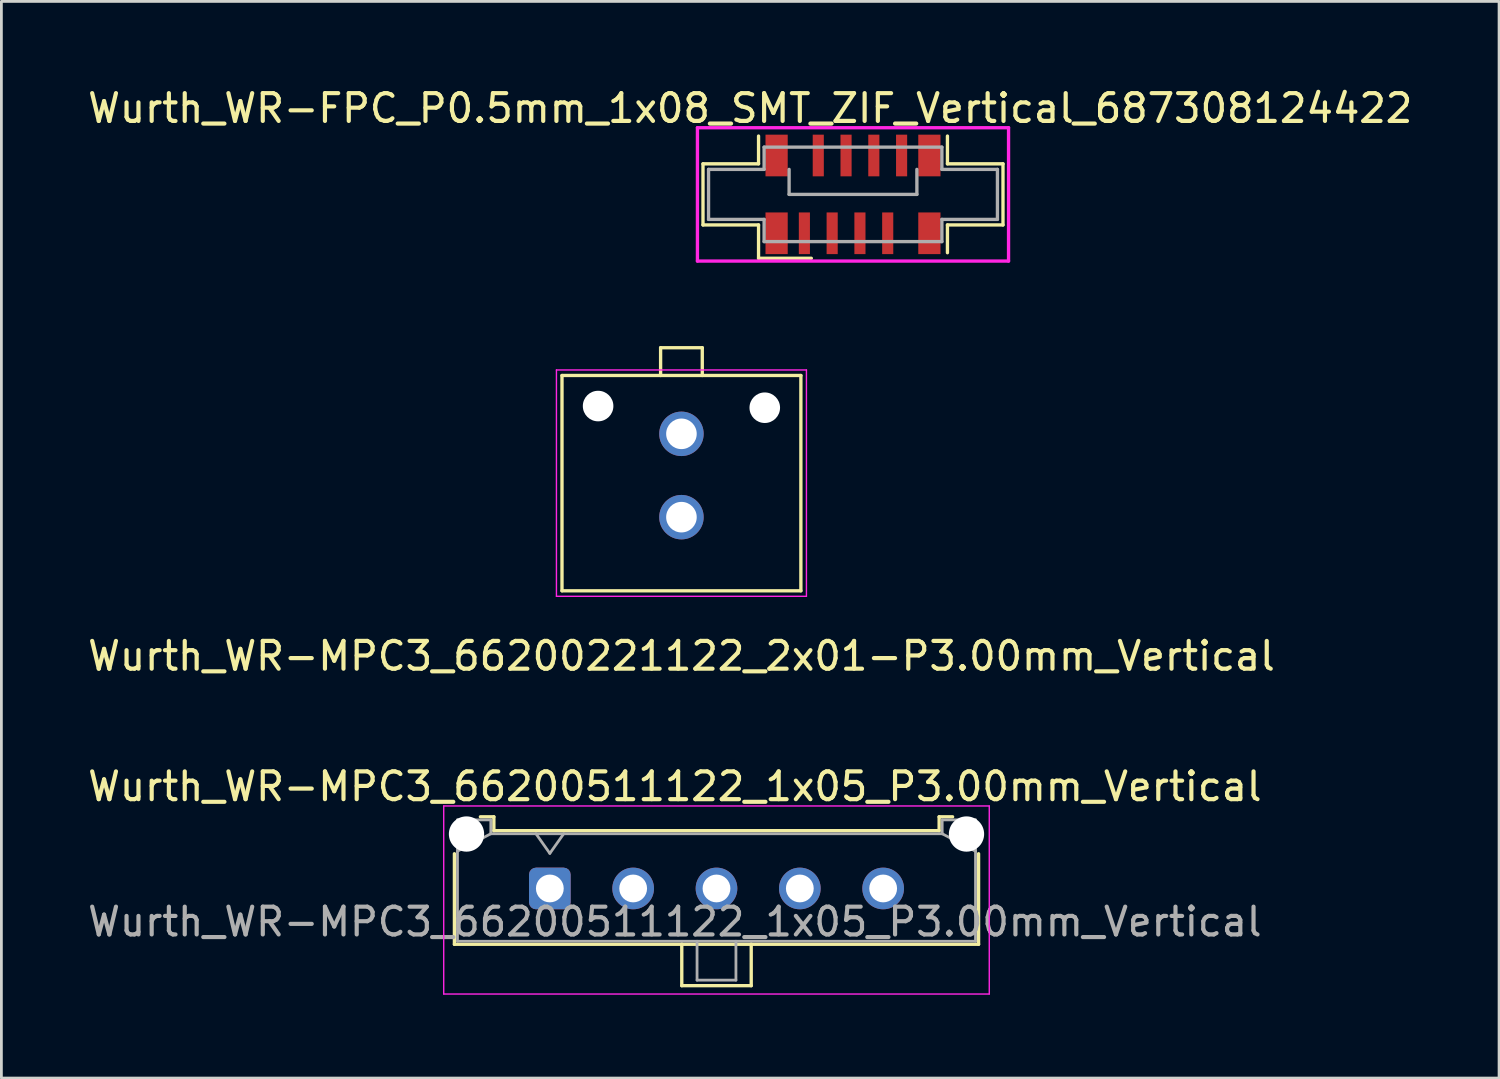
<source format=kicad_pcb>
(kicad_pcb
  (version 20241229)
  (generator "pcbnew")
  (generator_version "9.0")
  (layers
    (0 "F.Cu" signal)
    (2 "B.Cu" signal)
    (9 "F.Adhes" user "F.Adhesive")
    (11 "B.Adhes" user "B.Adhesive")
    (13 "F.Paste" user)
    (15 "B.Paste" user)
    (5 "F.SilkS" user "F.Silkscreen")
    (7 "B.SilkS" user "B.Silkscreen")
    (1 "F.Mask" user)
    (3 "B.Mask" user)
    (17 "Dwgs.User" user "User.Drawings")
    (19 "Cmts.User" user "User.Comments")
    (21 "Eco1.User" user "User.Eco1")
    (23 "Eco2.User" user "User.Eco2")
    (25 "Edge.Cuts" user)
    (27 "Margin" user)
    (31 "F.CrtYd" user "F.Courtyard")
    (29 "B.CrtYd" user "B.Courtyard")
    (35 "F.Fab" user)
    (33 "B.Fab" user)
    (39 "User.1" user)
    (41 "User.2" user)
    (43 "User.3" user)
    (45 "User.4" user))
  (footprint "Wurth_WR-MPC3_66200511122_1x05_P3.00mm_Vertical"
    (layer "F.Cu")
    (at 16.744 28.935)
    (property "Reference" "Wurth_WR-MPC3_66200511122_1x05_P3.00mm_Vertical" (at 4.5 -3.67 0) (layer "F.SilkS") (effects (font (size 1 1) (thickness 0.15))))
    (attr through_hole)
    (fp_line (start -3.435 2.01) (end -3.435 -1.25) (stroke (width 0.12) (type solid)) (layer "F.SilkS"))
    (fp_line (start -3.435 2.01) (end 15.435 2.01) (stroke (width 0.12) (type solid)) (layer "F.SilkS"))
    (fp_line (start -2.5 -2.58) (end -2.015 -2.58) (stroke (width 0.12) (type solid)) (layer "F.SilkS"))
    (fp_line (start -2.015 -2.58) (end -2.015 -2.08) (stroke (width 0.12) (type solid)) (layer "F.SilkS"))
    (fp_line (start -2.015 -2.08) (end 14.015 -2.08) (stroke (width 0.12) (type solid)) (layer "F.SilkS"))
    (fp_line (start 4.75 2) (end 4.75 3.5) (stroke (width 0.12) (type solid)) (layer "F.SilkS"))
    (fp_line (start 4.75 3.5) (end 7.25 3.5) (stroke (width 0.12) (type solid)) (layer "F.SilkS"))
    (fp_line (start 7.25 3.5) (end 7.25 2) (stroke (width 0.12) (type solid)) (layer "F.SilkS"))
    (fp_line (start 14.015 -2.58) (end 14.5 -2.58) (stroke (width 0.12) (type solid)) (layer "F.SilkS"))
    (fp_line (start 14.015 -2.08) (end 14.015 -2.58) (stroke (width 0.12) (type solid)) (layer "F.SilkS"))
    (fp_line (start 15.435 -1.25) (end 15.435 2.01) (stroke (width 0.12) (type solid)) (layer "F.SilkS"))
    (fp_line (start -3.82 -2.97) (end 15.82 -2.97) (stroke (width 0.05) (type solid)) (layer "F.CrtYd"))
    (fp_line (start -3.82 3.8) (end -3.82 -2.97) (stroke (width 0.05) (type solid)) (layer "F.CrtYd"))
    (fp_line (start 15.82 -2.97) (end 15.82 3.8) (stroke (width 0.05) (type solid)) (layer "F.CrtYd"))
    (fp_line (start 15.82 3.8) (end -3.82 3.8) (stroke (width 0.05) (type solid)) (layer "F.CrtYd"))
    (fp_line (start -3.325 -2.47) (end -3.325 1.9) (stroke (width 0.1) (type solid)) (layer "F.Fab"))
    (fp_line (start -3.325 -1.34) (end -2.125 -1.97) (stroke (width 0.1) (type solid)) (layer "F.Fab"))
    (fp_line (start -3.325 1.9) (end 15.325 1.9) (stroke (width 0.1) (type solid)) (layer "F.Fab"))
    (fp_line (start -2.125 -2.47) (end -3.325 -2.47) (stroke (width 0.1) (type solid)) (layer "F.Fab"))
    (fp_line (start -2.125 -1.97) (end -2.125 -2.47) (stroke (width 0.1) (type solid)) (layer "F.Fab"))
    (fp_line (start -0.5 -1.97) (end 0 -1.263) (stroke (width 0.1) (type solid)) (layer "F.Fab"))
    (fp_line (start 0 -1.263) (end 0.5 -1.97) (stroke (width 0.1) (type solid)) (layer "F.Fab"))
    (fp_line (start 5.3 1.9) (end 5.3 3.3) (stroke (width 0.1) (type solid)) (layer "F.Fab"))
    (fp_line (start 5.3 3.3) (end 6.7 3.3) (stroke (width 0.1) (type solid)) (layer "F.Fab"))
    (fp_line (start 6.7 3.3) (end 6.7 1.9) (stroke (width 0.1) (type solid)) (layer "F.Fab"))
    (fp_line (start 14.125 -2.47) (end 14.125 -1.97) (stroke (width 0.1) (type solid)) (layer "F.Fab"))
    (fp_line (start 14.125 -1.97) (end -2.125 -1.97) (stroke (width 0.1) (type solid)) (layer "F.Fab"))
    (fp_line (start 15.325 -2.47) (end 14.125 -2.47) (stroke (width 0.1) (type solid)) (layer "F.Fab"))
    (fp_line (start 15.325 -1.34) (end 14.125 -1.97) (stroke (width 0.1) (type solid)) (layer "F.Fab"))
    (fp_line (start 15.325 1.9) (end 15.325 -2.47) (stroke (width 0.1) (type solid)) (layer "F.Fab"))
    (fp_text user "${REFERENCE}" (at 4.5 1.2 0) (layer "F.Fab") (effects (font (size 1 1) (thickness 0.15))))
    (pad "" np_thru_hole circle (at -3 -1.96) (size 1.27 1.27) (drill 1.27) (layers "*.Cu" "*.Mask"))
    (pad "" np_thru_hole circle (at 15 -1.96) (size 1.27 1.27) (drill 1.27) (layers "*.Cu" "*.Mask"))
    (pad "1" thru_hole roundrect (at 0 0) (size 1.5 1.5) (drill 1) (layers "*.Cu" "*.Mask") (roundrect_rratio 0.167))
    (pad "2" thru_hole circle (at 3 0) (size 1.5 1.5) (drill 1) (layers "*.Cu" "*.Mask"))
    (pad "3" thru_hole circle (at 6 0) (size 1.5 1.5) (drill 1) (layers "*.Cu" "*.Mask"))
    (pad "4" thru_hole circle (at 9 0) (size 1.5 1.5) (drill 1) (layers "*.Cu" "*.Mask"))
    (pad "5" thru_hole circle (at 12 0) (size 1.5 1.5) (drill 1) (layers "*.Cu" "*.Mask")))
  (footprint "Wurth_WR-MPC3_66200221122_2x01-P3.00mm_Vertical"
    (layer "F.Cu")
    (at 21.482 15.568)
    (property "Reference" "Wurth_WR-MPC3_66200221122_2x01-P3.00mm_Vertical" (at 0 5 0) (layer "F.SilkS") (effects (font (size 1 1) (thickness 0.15))))
    (attr through_hole)
    (fp_line (start -4.3 2.65) (end -4.3 -5.1) (stroke (width 0.12) (type solid)) (layer "F.SilkS"))
    (fp_line (start -0.75 -6.1) (end 0.75 -6.1) (stroke (width 0.12) (type solid)) (layer "F.SilkS"))
    (fp_line (start -0.75 -5.1) (end -0.75 -6.1) (stroke (width 0.12) (type solid)) (layer "F.SilkS"))
    (fp_line (start 0.75 -6.1) (end 0.75 -5.1) (stroke (width 0.12) (type solid)) (layer "F.SilkS"))
    (fp_line (start 4.3 -5.1) (end -4.3 -5.1) (stroke (width 0.12) (type solid)) (layer "F.SilkS"))
    (fp_line (start 4.3 2.65) (end -4.3 2.65) (stroke (width 0.12) (type solid)) (layer "F.SilkS"))
    (fp_line (start 4.3 2.65) (end 4.3 -5.1) (stroke (width 0.12) (type solid)) (layer "F.SilkS"))
    (fp_line (start -4.5 2.85) (end -4.5 -5.3) (stroke (width 0.05) (type solid)) (layer "F.CrtYd"))
    (fp_line (start 4.5 -5.3) (end -4.5 -5.3) (stroke (width 0.05) (type solid)) (layer "F.CrtYd"))
    (fp_line (start 4.5 2.85) (end -4.5 2.85) (stroke (width 0.05) (type solid)) (layer "F.CrtYd"))
    (fp_line (start 4.5 2.85) (end 4.5 -5.3) (stroke (width 0.05) (type solid)) (layer "F.CrtYd"))
    (pad "" np_thru_hole circle (at -3 -4) (size 1.1 1.1) (drill 1.1) (layers "*.Cu" "*.Mask"))
    (pad "" np_thru_hole circle (at 3 -3.94) (size 1.1 1.1) (drill 1.1) (layers "*.Cu" "*.Mask"))
    (pad "1" thru_hole circle (at 0 0) (size 1.6 1.6) (drill 1.1) (layers "*.Cu" "*.Mask"))
    (pad "2" thru_hole circle (at 0 -3) (size 1.6 1.6) (drill 1.1) (layers "*.Cu" "*.Mask")))
  (footprint "Wurth_WR-FPC_P0.5mm_1x08_SMT_ZIF_Vertical_687308124422"
    (layer "F.Cu")
    (at 27.658 3.948)
    (property "Reference" "Wurth_WR-FPC_P0.5mm_1x08_SMT_ZIF_Vertical_687308124422" (at -3.7 -3.1 0) (layer "F.SilkS") (effects (font (size 1 1) (thickness 0.15))))
    (attr through_hole)
    (fp_line (start -5.4 -1.1) (end -5.4 1.1) (stroke (width 0.12) (type solid)) (layer "F.SilkS"))
    (fp_line (start -5.4 1.1) (end -3.4 1.1) (stroke (width 0.12) (type solid)) (layer "F.SilkS"))
    (fp_line (start -3.4 -1.1) (end -5.4 -1.1) (stroke (width 0.12) (type solid)) (layer "F.SilkS"))
    (fp_line (start -3.4 -1.1) (end -3.4 -2.1) (stroke (width 0.12) (type solid)) (layer "F.SilkS"))
    (fp_line (start -3.4 1.1) (end -3.4 2.3) (stroke (width 0.12) (type solid)) (layer "F.SilkS"))
    (fp_line (start -1.5 2.3) (end -3.4 2.3) (stroke (width 0.12) (type solid)) (layer "F.SilkS"))
    (fp_line (start 3.4 -2.1) (end 3.4 -1.1) (stroke (width 0.12) (type solid)) (layer "F.SilkS"))
    (fp_line (start 3.4 -1.1) (end 5.4 -1.1) (stroke (width 0.12) (type solid)) (layer "F.SilkS"))
    (fp_line (start 3.4 1.1) (end 3.4 2.1) (stroke (width 0.12) (type solid)) (layer "F.SilkS"))
    (fp_line (start 5.4 -1.1) (end 5.4 1.1) (stroke (width 0.12) (type solid)) (layer "F.SilkS"))
    (fp_line (start 5.4 1.1) (end 3.4 1.1) (stroke (width 0.12) (type solid)) (layer "F.SilkS"))
    (fp_line (start -5.6 -2.4) (end 5.6 -2.4) (stroke (width 0.12) (type solid)) (layer "F.CrtYd"))
    (fp_line (start -5.6 2.4) (end -5.6 -2.4) (stroke (width 0.12) (type solid)) (layer "F.CrtYd"))
    (fp_line (start 5.6 -2.4) (end 5.6 2.4) (stroke (width 0.12) (type solid)) (layer "F.CrtYd"))
    (fp_line (start 5.6 2.4) (end -5.6 2.4) (stroke (width 0.12) (type solid)) (layer "F.CrtYd"))
    (fp_line (start -5.2 -0.9) (end -5.2 0.9) (stroke (width 0.12) (type solid)) (layer "F.Fab"))
    (fp_line (start -5.2 0.9) (end -3.2 0.9) (stroke (width 0.12) (type solid)) (layer "F.Fab"))
    (fp_line (start -3.2 -1.7) (end -3.2 -0.9) (stroke (width 0.12) (type solid)) (layer "F.Fab"))
    (fp_line (start -3.2 -1.7) (end 3.2 -1.7) (stroke (width 0.12) (type solid)) (layer "F.Fab"))
    (fp_line (start -3.2 -0.9) (end -5.2 -0.9) (stroke (width 0.12) (type solid)) (layer "F.Fab"))
    (fp_line (start -3.2 0.9) (end -3.2 1.7) (stroke (width 0.12) (type solid)) (layer "F.Fab"))
    (fp_line (start -2.3 0) (end -2.3 -0.9) (stroke (width 0.12) (type solid)) (layer "F.Fab"))
    (fp_line (start -2.3 0) (end 2.3 0) (stroke (width 0.12) (type solid)) (layer "F.Fab"))
    (fp_line (start 2.3 0) (end 2.3 -0.9) (stroke (width 0.12) (type solid)) (layer "F.Fab"))
    (fp_line (start 3.2 -0.9) (end 3.2 -1.7) (stroke (width 0.12) (type solid)) (layer "F.Fab"))
    (fp_line (start 3.2 0.9) (end 5.2 0.9) (stroke (width 0.12) (type solid)) (layer "F.Fab"))
    (fp_line (start 3.2 1.7) (end -3.2 1.7) (stroke (width 0.12) (type solid)) (layer "F.Fab"))
    (fp_line (start 3.2 1.7) (end 3.2 0.9) (stroke (width 0.12) (type solid)) (layer "F.Fab"))
    (fp_line (start 5.2 -0.9) (end 3.2 -0.9) (stroke (width 0.12) (type solid)) (layer "F.Fab"))
    (fp_line (start 5.2 0.9) (end 5.2 -0.9) (stroke (width 0.12) (type solid)) (layer "F.Fab"))
    (pad "1" smd rect (at -1.75 1.4) (size 0.4 1.5) (layers "F.Cu" "F.Mask" "F.Paste"))
    (pad "2" smd rect (at -1.25 -1.4) (size 0.4 1.5) (layers "F.Cu" "F.Mask" "F.Paste"))
    (pad "3" smd rect (at -0.75 1.4) (size 0.4 1.5) (layers "F.Cu" "F.Mask" "F.Paste"))
    (pad "4" smd rect (at -0.25 -1.4) (size 0.4 1.5) (layers "F.Cu" "F.Mask" "F.Paste"))
    (pad "5" smd rect (at 0.25 1.4) (size 0.4 1.5) (layers "F.Cu" "F.Mask" "F.Paste"))
    (pad "6" smd rect (at 0.75 -1.4) (size 0.4 1.5) (layers "F.Cu" "F.Mask" "F.Paste"))
    (pad "7" smd rect (at 1.25 1.4) (size 0.4 1.5) (layers "F.Cu" "F.Mask" "F.Paste"))
    (pad "8" smd rect (at 1.75 -1.4) (size 0.4 1.5) (layers "F.Cu" "F.Mask" "F.Paste"))
    (pad "MP" smd rect (at -2.75 -1.4) (size 0.8 1.5) (layers "F.Cu" "F.Mask" "F.Paste"))
    (pad "MP" smd rect (at -2.75 1.4) (size 0.8 1.5) (layers "F.Cu" "F.Mask" "F.Paste"))
    (pad "MP" smd rect (at 2.75 -1.4) (size 0.8 1.5) (layers "F.Cu" "F.Mask" "F.Paste"))
    (pad "MP" smd rect (at 2.75 1.4) (size 0.8 1.5) (layers "F.Cu" "F.Mask" "F.Paste")))
  (gr_rect
    (start -3 -3)
    (end 50.917 35.76)
    (stroke (width 0.1) (type default))
    (fill no)
    (layer "Edge.Cuts")))
</source>
